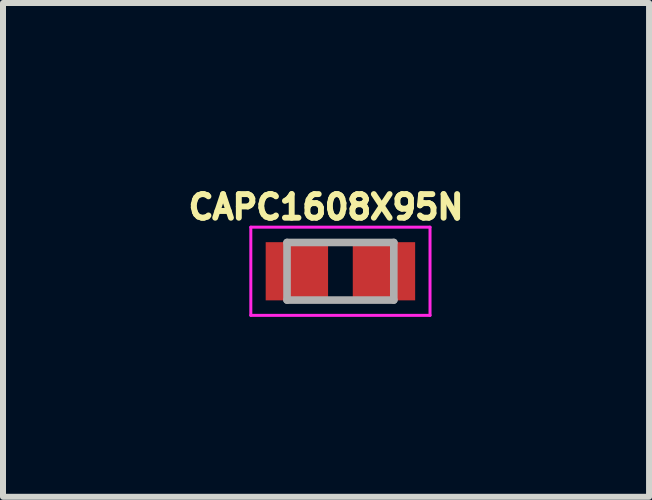
<source format=kicad_pcb>
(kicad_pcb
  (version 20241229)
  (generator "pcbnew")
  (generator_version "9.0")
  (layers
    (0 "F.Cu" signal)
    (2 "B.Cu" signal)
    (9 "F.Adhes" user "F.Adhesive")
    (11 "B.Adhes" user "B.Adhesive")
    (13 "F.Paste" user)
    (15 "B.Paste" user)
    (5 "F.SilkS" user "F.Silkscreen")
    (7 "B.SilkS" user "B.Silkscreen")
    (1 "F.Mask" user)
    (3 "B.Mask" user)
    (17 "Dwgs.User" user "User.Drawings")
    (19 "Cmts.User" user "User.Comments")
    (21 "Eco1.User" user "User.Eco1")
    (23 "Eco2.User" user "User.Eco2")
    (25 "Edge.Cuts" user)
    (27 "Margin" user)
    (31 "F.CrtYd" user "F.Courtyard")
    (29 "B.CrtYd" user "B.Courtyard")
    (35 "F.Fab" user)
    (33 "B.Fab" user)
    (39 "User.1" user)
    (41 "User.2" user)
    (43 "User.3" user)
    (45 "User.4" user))
  (footprint "CAPC1608X95N"
    (layer "F.Cu")
    (at 2.626 1.473)
    (property "Reference" "CAPC1608X95N" (at -0.24 -1.07 0) (layer "F.SilkS") (effects (font (size 0.394 0.394) (thickness 0.15))))
    (attr smd)
    (fp_line (start -1.494 -0.735) (end 1.494 -0.735) (stroke (width 0.05) (type solid)) (layer "F.CrtYd"))
    (fp_line (start -1.494 0.735) (end -1.494 -0.735) (stroke (width 0.05) (type solid)) (layer "F.CrtYd"))
    (fp_line (start -1.494 0.735) (end 1.494 0.735) (stroke (width 0.05) (type solid)) (layer "F.CrtYd"))
    (fp_line (start 1.494 0.735) (end 1.494 -0.735) (stroke (width 0.05) (type solid)) (layer "F.CrtYd"))
    (fp_line (start -0.89 0.48) (end -0.89 -0.48) (stroke (width 0.127) (type solid)) (layer "F.Fab"))
    (fp_line (start 0.89 -0.48) (end -0.89 -0.48) (stroke (width 0.127) (type solid)) (layer "F.Fab"))
    (fp_line (start 0.89 0.48) (end -0.89 0.48) (stroke (width 0.127) (type solid)) (layer "F.Fab"))
    (fp_line (start 0.89 0.48) (end 0.89 -0.48) (stroke (width 0.127) (type solid)) (layer "F.Fab"))
    (pad "1" smd rect (at -0.726 0) (size 1.04 0.97) (layers "F.Cu" "F.Mask" "F.Paste"))
    (pad "2" smd rect (at 0.726 0) (size 1.04 0.97) (layers "F.Cu" "F.Mask" "F.Paste")))
  (gr_rect
    (start -3 -3)
    (end 7.772 5.233)
    (stroke (width 0.1) (type default))
    (fill no)
    (layer "Edge.Cuts")))
</source>
